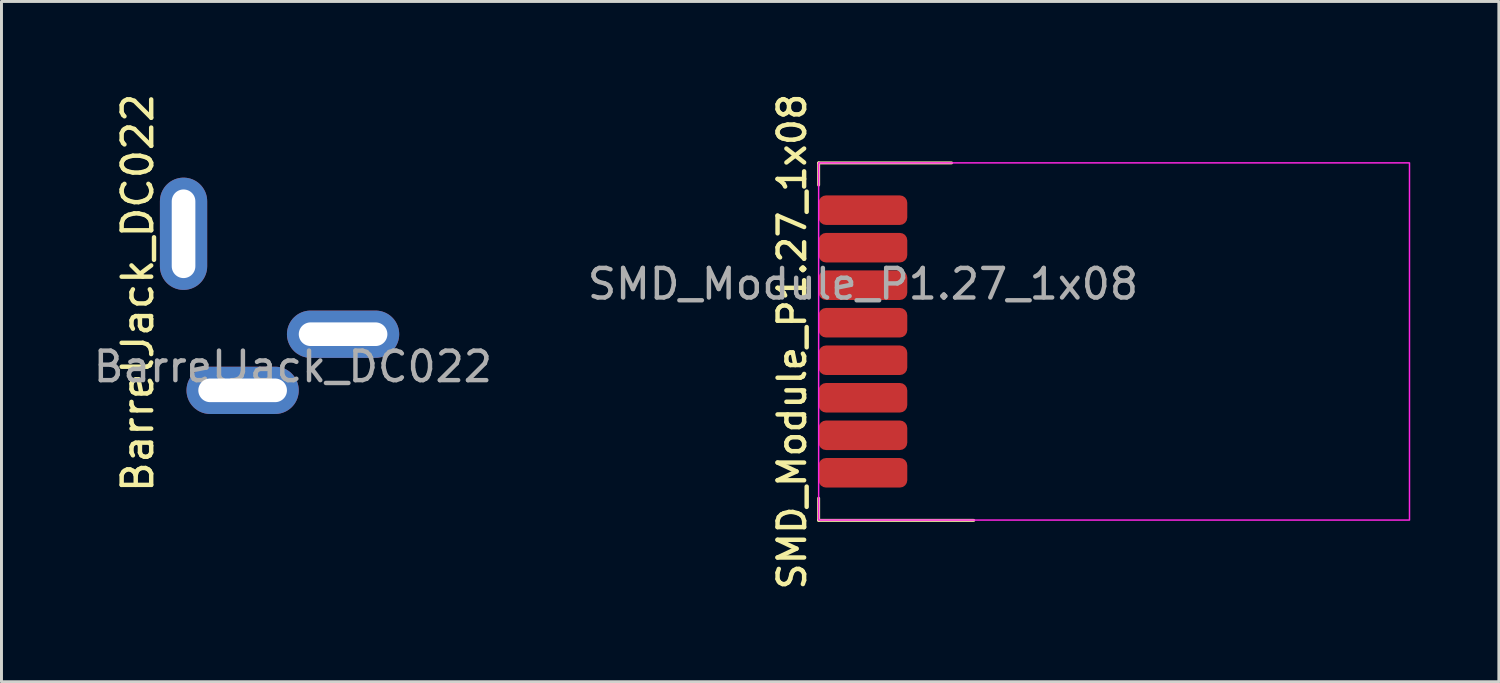
<source format=kicad_pcb>
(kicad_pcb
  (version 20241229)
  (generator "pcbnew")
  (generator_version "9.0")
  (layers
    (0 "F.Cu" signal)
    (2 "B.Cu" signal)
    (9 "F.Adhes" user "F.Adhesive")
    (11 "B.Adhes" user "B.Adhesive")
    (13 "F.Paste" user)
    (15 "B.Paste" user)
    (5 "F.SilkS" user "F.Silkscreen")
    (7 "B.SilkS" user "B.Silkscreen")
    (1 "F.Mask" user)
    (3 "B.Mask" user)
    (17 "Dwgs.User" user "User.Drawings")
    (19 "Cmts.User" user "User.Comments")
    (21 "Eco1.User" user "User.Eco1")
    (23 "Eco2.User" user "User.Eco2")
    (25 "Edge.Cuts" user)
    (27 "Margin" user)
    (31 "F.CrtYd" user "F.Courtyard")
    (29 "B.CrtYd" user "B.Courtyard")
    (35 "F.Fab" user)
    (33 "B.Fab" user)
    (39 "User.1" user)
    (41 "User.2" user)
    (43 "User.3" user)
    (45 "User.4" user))
  (footprint "BarrelJack_DC022"
    (layer "F.Cu")
    (at 6.863 6.863)
    (property "Reference" "BarrelJack_DC022" (at -5.25 0 90) (unlocked yes) (layer "F.SilkS") (effects (font (size 1 1) (thickness 0.15))))
    (attr through_hole)
    (fp_text user "${REFERENCE}" (at 0 2.5 0) (unlocked yes) (layer "F.Fab") (effects (font (size 1 1) (thickness 0.15))))
    (pad "1" thru_hole oval (at -3.7 -2) (size 1.6 3.8) (drill oval 0.8 3) (layers "*.Cu" "*.Mask"))
    (pad "2" thru_hole oval (at 1.7 1.4) (size 3.8 1.6) (drill oval 3 0.8) (layers "*.Cu" "*.Mask"))
    (pad "3" thru_hole oval (at -1.7 3.3) (size 3.8 1.6) (drill oval 3 0.8) (layers "*.Cu" "*.Mask")))
  (footprint "SMD_Module_P1.27_1x08"
    (layer "F.Cu")
    (at 26.161 4.064)
    (property "Reference" "SMD_Module_P1.27_1x08" (at -2.4 4.45 90) (unlocked yes) (layer "F.SilkS") (effects (font (size 0.9 0.9) (thickness 0.15) (bold yes))))
    (attr smd)
    (fp_line (start -1.5 -1.6) (end 3 -1.6) (stroke (width 0.1) (type default)) (layer "F.SilkS"))
    (fp_line (start -1.5 -0.85) (end -1.5 -1.6) (stroke (width 0.1) (type default)) (layer "F.SilkS"))
    (fp_line (start -1.5 10.5) (end -1.5 9.75) (stroke (width 0.1) (type default)) (layer "F.SilkS"))
    (fp_line (start -1.5 10.5) (end 3.75 10.5) (stroke (width 0.1) (type default)) (layer "F.SilkS"))
    (fp_rect (start -1.5 -1.6) (end 18.5 10.49) (stroke (width 0.05) (type default)) (fill no) (layer "F.CrtYd"))
    (fp_text user "${REFERENCE}" (at 0 2.5 0) (unlocked yes) (layer "F.Fab") (effects (font (size 1 1) (thickness 0.15))))
    (pad "1" smd roundrect (at 0 0) (size 3 1) (layers "F.Cu" "F.Mask" "F.Paste") (roundrect_rratio 0.25))
    (pad "2" smd roundrect (at 0 1.27) (size 3 1) (layers "F.Cu" "F.Mask" "F.Paste") (roundrect_rratio 0.25))
    (pad "3" smd roundrect (at 0 2.54) (size 3 1) (layers "F.Cu" "F.Mask" "F.Paste") (roundrect_rratio 0.25))
    (pad "4" smd roundrect (at 0 3.81) (size 3 1) (layers "F.Cu" "F.Mask" "F.Paste") (roundrect_rratio 0.25))
    (pad "5" smd roundrect (at 0 5.08) (size 3 1) (layers "F.Cu" "F.Mask" "F.Paste") (roundrect_rratio 0.25))
    (pad "6" smd roundrect (at 0 6.35) (size 3 1) (layers "F.Cu" "F.Mask" "F.Paste") (roundrect_rratio 0.25))
    (pad "7" smd roundrect (at 0 7.62) (size 3 1) (layers "F.Cu" "F.Mask" "F.Paste") (roundrect_rratio 0.25))
    (pad "8" smd roundrect (at 0 8.89) (size 3 1) (layers "F.Cu" "F.Mask" "F.Paste") (roundrect_rratio 0.25)))
  (gr_rect
    (start -3 -3)
    (end 47.686 20.027)
    (stroke (width 0.1) (type default))
    (fill no)
    (layer "Edge.Cuts")))
</source>
